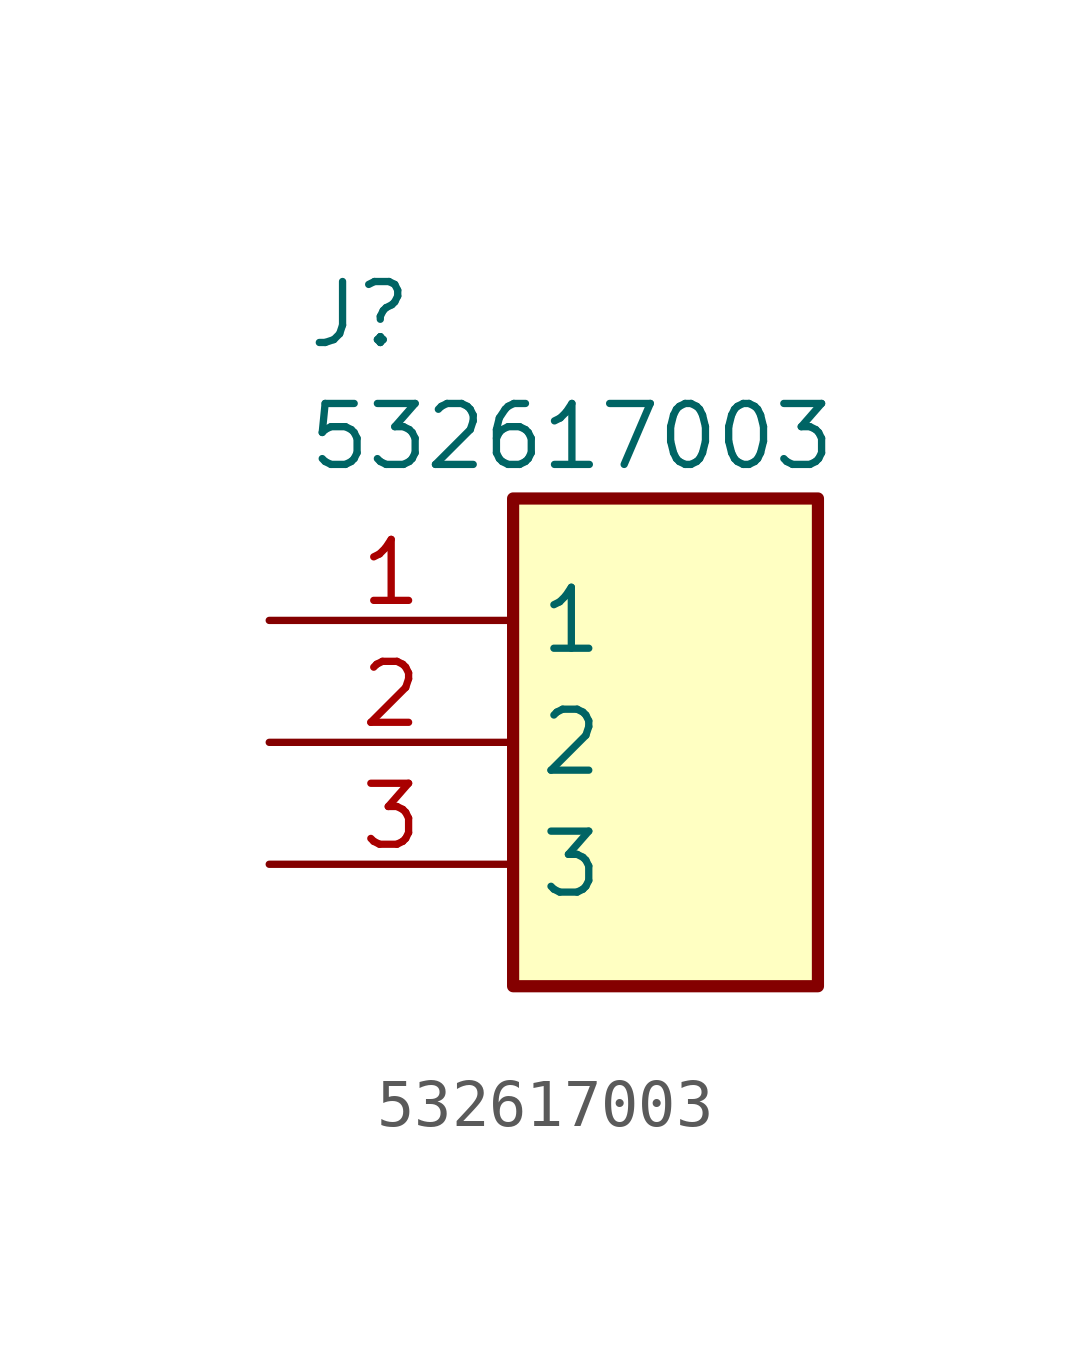
<source format=kicad_sym>
(kicad_symbol_lib
  (version 20241209)
  (generator "kicad_symbol_editor")
  (generator_version "9.0")
  (symbol "532617003"
    (property "Reference" "J"
      (at 0.762 7.112 0)
      (effects (font (size 1.27 1.27)) (justify left top)))
    (property "Value" "532617003"
      (at 0.762 4.572 0)
      (effects (font (size 1.27 1.27)) (justify left top)))
    (symbol "532617003_1_1"
      (rectangle (start 5.08 2.54) (end 11.43 -7.62) (stroke (width 0.254) (type default)) (fill (type background)))
      (pin passive line (at 0 0 0) (length 5.08) (name "1" (effects (font (size 1.27 1.27)))) (number "1" (effects (font (size 1.27 1.27)))))
      (pin passive line (at 0 -2.54 0) (length 5.08) (name "2" (effects (font (size 1.27 1.27)))) (number "2" (effects (font (size 1.27 1.27)))))
      (pin passive line (at 0 -5.08 0) (length 5.08) (name "3" (effects (font (size 1.27 1.27)))) (number "3" (effects (font (size 1.27 1.27))))))))
</source>
